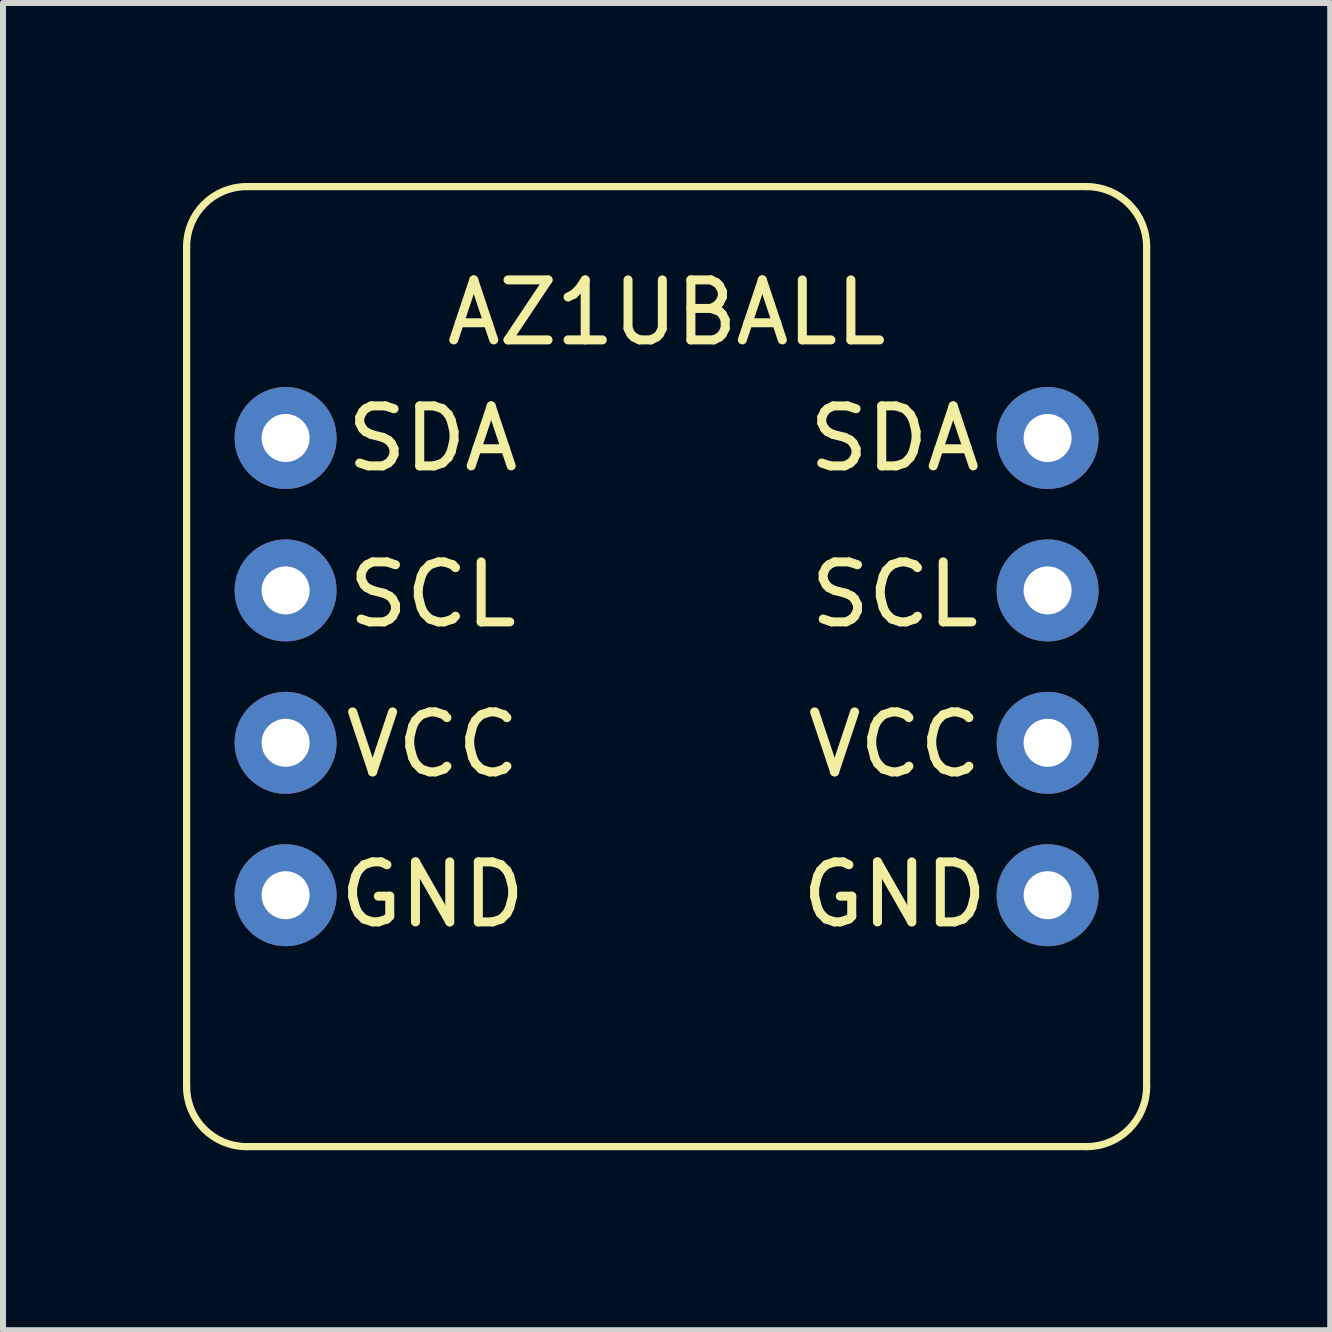
<source format=kicad_pcb>
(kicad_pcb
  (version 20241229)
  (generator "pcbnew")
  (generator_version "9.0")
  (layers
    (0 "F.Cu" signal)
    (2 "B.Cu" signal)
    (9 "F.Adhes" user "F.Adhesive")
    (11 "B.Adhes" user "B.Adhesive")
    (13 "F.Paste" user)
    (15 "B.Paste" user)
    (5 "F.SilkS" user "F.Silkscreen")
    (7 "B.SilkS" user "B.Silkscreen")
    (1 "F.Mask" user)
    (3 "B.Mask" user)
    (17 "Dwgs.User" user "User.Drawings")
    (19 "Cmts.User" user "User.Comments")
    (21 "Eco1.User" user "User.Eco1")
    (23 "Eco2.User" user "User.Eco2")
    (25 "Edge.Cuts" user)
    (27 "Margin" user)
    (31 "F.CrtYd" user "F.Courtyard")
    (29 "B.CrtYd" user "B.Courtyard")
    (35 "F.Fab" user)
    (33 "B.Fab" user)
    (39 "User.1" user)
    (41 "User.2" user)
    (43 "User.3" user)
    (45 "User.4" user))
  (footprint "AZ1UBALL"
    (layer "F.Cu")
    (at 8.06 8.06)
    (property "Reference" "AZ1UBALL" (at 0 -5.9 180) (layer "F.SilkS") (effects (font (size 1 1) (thickness 0.15))))
    (attr through_hole)
    (fp_line (start -8 7) (end -8 -7) (stroke (width 0.12) (type solid)) (layer "F.SilkS"))
    (fp_line (start -7 -8) (end 7 -8) (stroke (width 0.12) (type solid)) (layer "F.SilkS"))
    (fp_line (start 7 8) (end -7 8) (stroke (width 0.12) (type solid)) (layer "F.SilkS"))
    (fp_line (start 8 -7) (end 8 7) (stroke (width 0.12) (type solid)) (layer "F.SilkS"))
    (fp_arc (start -8 -7) (mid -7.707107 -7.707107) (end -7 -8) (stroke (width 0.12) (type solid)) (layer "F.SilkS"))
    (fp_arc (start -7 8) (mid -7.707107 7.707107) (end -8 7) (stroke (width 0.12) (type solid)) (layer "F.SilkS"))
    (fp_arc (start 7 -8) (mid 7.707107 -7.707107) (end 8 -7) (stroke (width 0.12) (type solid)) (layer "F.SilkS"))
    (fp_arc (start 8 7) (mid 7.707107 7.707107) (end 7 8) (stroke (width 0.12) (type solid)) (layer "F.SilkS"))
    (fp_text user "VCC" (at -3.9 1.3 0) (layer "F.SilkS") (effects (font (size 1 1) (thickness 0.15))))
    (fp_text user "SCL" (at 3.8 -1.2 0) (layer "F.SilkS") (effects (font (size 1 1) (thickness 0.15))))
    (fp_text user "SDA" (at -3.9 -3.8 0) (layer "F.SilkS") (effects (font (size 1 1) (thickness 0.15))))
    (fp_text user "VCC" (at 3.8 1.3 0) (layer "F.SilkS") (effects (font (size 1 1) (thickness 0.15))))
    (fp_text user "GND" (at 3.8 3.8 0) (layer "F.SilkS") (effects (font (size 1 1) (thickness 0.15))))
    (fp_text user "SDA" (at 3.8 -3.8 0) (layer "F.SilkS") (effects (font (size 1 1) (thickness 0.15))))
    (fp_text user "GND" (at -3.9 3.8 0) (layer "F.SilkS") (effects (font (size 1 1) (thickness 0.15))))
    (fp_text user "SCL" (at -3.9 -1.2 0) (layer "F.SilkS") (effects (font (size 1 1) (thickness 0.15))))
    (pad "1" thru_hole circle (at -6.35 -3.81) (size 1.7 1.7) (drill 0.8) (layers "*.Cu" "*.Mask"))
    (pad "1" thru_hole circle (at 6.35 -3.81) (size 1.7 1.7) (drill 0.8) (layers "*.Cu" "*.Mask"))
    (pad "2" thru_hole circle (at -6.35 -1.27) (size 1.7 1.7) (drill 0.8) (layers "*.Cu" "*.Mask"))
    (pad "2" thru_hole circle (at 6.35 -1.27) (size 1.7 1.7) (drill 0.8) (layers "*.Cu" "*.Mask"))
    (pad "3" thru_hole circle (at -6.35 1.27) (size 1.7 1.7) (drill 0.8) (layers "*.Cu" "*.Mask"))
    (pad "3" thru_hole circle (at 6.35 1.27) (size 1.7 1.7) (drill 0.8) (layers "*.Cu" "*.Mask"))
    (pad "4" thru_hole circle (at -6.35 3.81) (size 1.7 1.7) (drill 0.8) (layers "*.Cu" "*.Mask"))
    (pad "4" thru_hole circle (at 6.35 3.81) (size 1.7 1.7) (drill 0.8) (layers "*.Cu" "*.Mask")))
  (gr_rect
    (start -3 -3)
    (end 19.12 19.12)
    (stroke (width 0.1) (type default))
    (fill no)
    (layer "Edge.Cuts")))
</source>
